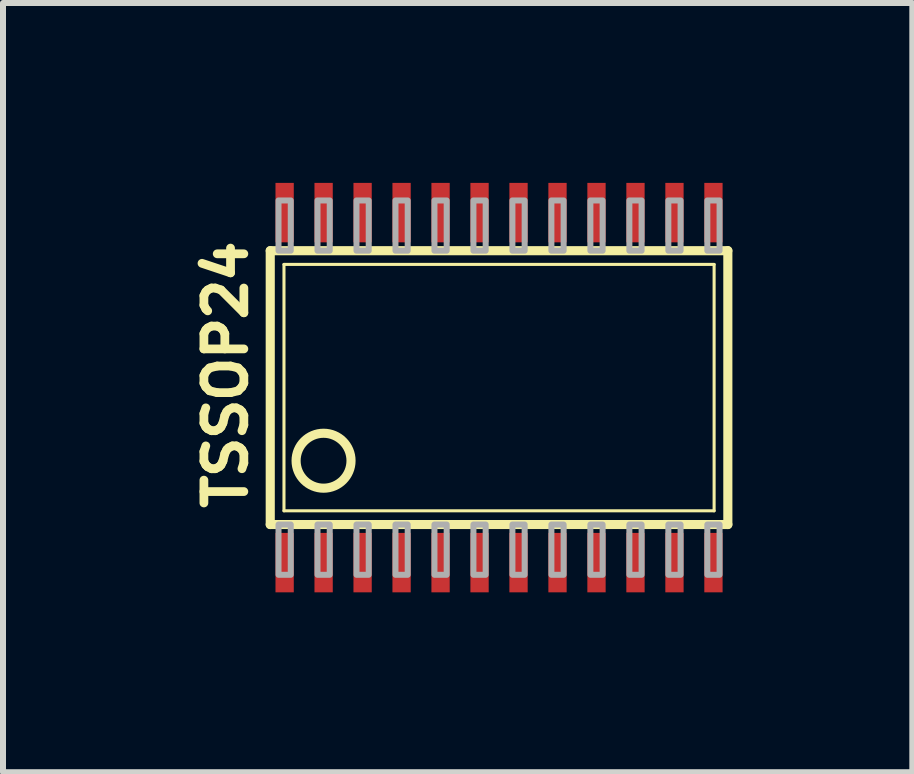
<source format=kicad_pcb>
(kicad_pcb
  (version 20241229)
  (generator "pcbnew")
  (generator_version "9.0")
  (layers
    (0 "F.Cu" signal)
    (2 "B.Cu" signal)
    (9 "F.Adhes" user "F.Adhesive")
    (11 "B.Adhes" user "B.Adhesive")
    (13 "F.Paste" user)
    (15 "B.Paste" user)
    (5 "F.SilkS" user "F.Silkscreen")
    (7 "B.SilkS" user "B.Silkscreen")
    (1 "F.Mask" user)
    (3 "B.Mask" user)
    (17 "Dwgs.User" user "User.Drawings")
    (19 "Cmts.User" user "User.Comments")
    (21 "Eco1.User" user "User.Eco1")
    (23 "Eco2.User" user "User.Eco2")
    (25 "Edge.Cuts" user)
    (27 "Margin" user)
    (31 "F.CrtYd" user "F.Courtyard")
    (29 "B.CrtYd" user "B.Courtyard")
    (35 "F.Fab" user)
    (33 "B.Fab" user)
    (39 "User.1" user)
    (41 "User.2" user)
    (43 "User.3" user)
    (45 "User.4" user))
  (footprint "TSSOP24"
    (layer "F.Cu")
    (at 5.271 3.413)
    (property "Reference" "TSSOP24" (at -4.166 2.083 90) (unlocked yes) (layer "F.SilkS") (effects (font (size 0.666 0.666) (thickness 0.146)) (justify left bottom)))
    (fp_line (start -3.815 2.283) (end -3.815 -2.283) (stroke (width 0.152) (type solid)) (layer "F.SilkS"))
    (fp_line (start -3.815 2.283) (end 3.815 2.283) (stroke (width 0.152) (type solid)) (layer "F.SilkS"))
    (fp_line (start -3.586 2.054) (end -3.586 -2.054) (stroke (width 0.051) (type solid)) (layer "F.SilkS"))
    (fp_line (start -3.586 2.054) (end 3.586 2.054) (stroke (width 0.051) (type solid)) (layer "F.SilkS"))
    (fp_line (start 3.586 -2.054) (end -3.586 -2.054) (stroke (width 0.051) (type solid)) (layer "F.SilkS"))
    (fp_line (start 3.586 -2.054) (end 3.586 2.054) (stroke (width 0.051) (type solid)) (layer "F.SilkS"))
    (fp_line (start 3.815 -2.283) (end -3.815 -2.283) (stroke (width 0.152) (type solid)) (layer "F.SilkS"))
    (fp_line (start 3.815 -2.283) (end 3.815 2.283) (stroke (width 0.152) (type solid)) (layer "F.SilkS"))
    (fp_circle (center -2.926 1.219) (end -2.468 1.219) (stroke (width 0.152) (type solid)) (fill no) (layer "F.SilkS"))
    (fp_poly (pts (xy -3.677 -2.283) (xy -3.473 -2.283) (xy -3.473 -3.121) (xy -3.677 -3.121)) (stroke (width 0.1) (type default)) (fill no) (layer "F.Fab"))
    (fp_poly (pts (xy -3.677 3.121) (xy -3.473 3.121) (xy -3.473 2.283) (xy -3.677 2.283)) (stroke (width 0.1) (type default)) (fill no) (layer "F.Fab"))
    (fp_poly (pts (xy -3.027 -2.283) (xy -2.823 -2.283) (xy -2.823 -3.121) (xy -3.027 -3.121)) (stroke (width 0.1) (type default)) (fill no) (layer "F.Fab"))
    (fp_poly (pts (xy -3.027 3.121) (xy -2.823 3.121) (xy -2.823 2.283) (xy -3.027 2.283)) (stroke (width 0.1) (type default)) (fill no) (layer "F.Fab"))
    (fp_poly (pts (xy -2.377 -2.283) (xy -2.173 -2.283) (xy -2.173 -3.121) (xy -2.377 -3.121)) (stroke (width 0.1) (type default)) (fill no) (layer "F.Fab"))
    (fp_poly (pts (xy -2.377 3.121) (xy -2.173 3.121) (xy -2.173 2.283) (xy -2.377 2.283)) (stroke (width 0.1) (type default)) (fill no) (layer "F.Fab"))
    (fp_poly (pts (xy -1.727 -2.283) (xy -1.523 -2.283) (xy -1.523 -3.121) (xy -1.727 -3.121)) (stroke (width 0.1) (type default)) (fill no) (layer "F.Fab"))
    (fp_poly (pts (xy -1.727 3.121) (xy -1.523 3.121) (xy -1.523 2.283) (xy -1.727 2.283)) (stroke (width 0.1) (type default)) (fill no) (layer "F.Fab"))
    (fp_poly (pts (xy -1.077 -2.283) (xy -0.873 -2.283) (xy -0.873 -3.121) (xy -1.077 -3.121)) (stroke (width 0.1) (type default)) (fill no) (layer "F.Fab"))
    (fp_poly (pts (xy -1.077 3.121) (xy -0.873 3.121) (xy -0.873 2.283) (xy -1.077 2.283)) (stroke (width 0.1) (type default)) (fill no) (layer "F.Fab"))
    (fp_poly (pts (xy -0.427 -2.283) (xy -0.223 -2.283) (xy -0.223 -3.121) (xy -0.427 -3.121)) (stroke (width 0.1) (type default)) (fill no) (layer "F.Fab"))
    (fp_poly (pts (xy -0.427 3.121) (xy -0.223 3.121) (xy -0.223 2.283) (xy -0.427 2.283)) (stroke (width 0.1) (type default)) (fill no) (layer "F.Fab"))
    (fp_poly (pts (xy 0.223 -2.283) (xy 0.427 -2.283) (xy 0.427 -3.121) (xy 0.223 -3.121)) (stroke (width 0.1) (type default)) (fill no) (layer "F.Fab"))
    (fp_poly (pts (xy 0.223 3.121) (xy 0.427 3.121) (xy 0.427 2.283) (xy 0.223 2.283)) (stroke (width 0.1) (type default)) (fill no) (layer "F.Fab"))
    (fp_poly (pts (xy 0.873 -2.283) (xy 1.077 -2.283) (xy 1.077 -3.121) (xy 0.873 -3.121)) (stroke (width 0.1) (type default)) (fill no) (layer "F.Fab"))
    (fp_poly (pts (xy 0.873 3.121) (xy 1.077 3.121) (xy 1.077 2.283) (xy 0.873 2.283)) (stroke (width 0.1) (type default)) (fill no) (layer "F.Fab"))
    (fp_poly (pts (xy 1.523 -2.283) (xy 1.727 -2.283) (xy 1.727 -3.121) (xy 1.523 -3.121)) (stroke (width 0.1) (type default)) (fill no) (layer "F.Fab"))
    (fp_poly (pts (xy 1.523 3.121) (xy 1.727 3.121) (xy 1.727 2.283) (xy 1.523 2.283)) (stroke (width 0.1) (type default)) (fill no) (layer "F.Fab"))
    (fp_poly (pts (xy 2.173 -2.283) (xy 2.377 -2.283) (xy 2.377 -3.121) (xy 2.173 -3.121)) (stroke (width 0.1) (type default)) (fill no) (layer "F.Fab"))
    (fp_poly (pts (xy 2.173 3.121) (xy 2.377 3.121) (xy 2.377 2.283) (xy 2.173 2.283)) (stroke (width 0.1) (type default)) (fill no) (layer "F.Fab"))
    (fp_poly (pts (xy 2.823 -2.283) (xy 3.027 -2.283) (xy 3.027 -3.121) (xy 2.823 -3.121)) (stroke (width 0.1) (type default)) (fill no) (layer "F.Fab"))
    (fp_poly (pts (xy 2.823 3.121) (xy 3.027 3.121) (xy 3.027 2.283) (xy 2.823 2.283)) (stroke (width 0.1) (type default)) (fill no) (layer "F.Fab"))
    (fp_poly (pts (xy 3.473 -2.283) (xy 3.677 -2.283) (xy 3.677 -3.121) (xy 3.473 -3.121)) (stroke (width 0.1) (type default)) (fill no) (layer "F.Fab"))
    (fp_poly (pts (xy 3.473 3.121) (xy 3.677 3.121) (xy 3.677 2.283) (xy 3.473 2.283)) (stroke (width 0.1) (type default)) (fill no) (layer "F.Fab"))
    (pad "1" smd rect (at -3.575 2.918) (size 0.305 0.991) (layers "F.Cu" "F.Mask" "F.Paste"))
    (pad "2" smd rect (at -2.925 2.918) (size 0.305 0.991) (layers "F.Cu" "F.Mask" "F.Paste"))
    (pad "3" smd rect (at -2.275 2.918) (size 0.305 0.991) (layers "F.Cu" "F.Mask" "F.Paste"))
    (pad "4" smd rect (at -1.625 2.918) (size 0.305 0.991) (layers "F.Cu" "F.Mask" "F.Paste"))
    (pad "5" smd rect (at -0.975 2.918) (size 0.305 0.991) (layers "F.Cu" "F.Mask" "F.Paste"))
    (pad "6" smd rect (at -0.325 2.918) (size 0.305 0.991) (layers "F.Cu" "F.Mask" "F.Paste"))
    (pad "7" smd rect (at 0.325 2.918) (size 0.305 0.991) (layers "F.Cu" "F.Mask" "F.Paste"))
    (pad "8" smd rect (at 0.975 2.918) (size 0.305 0.991) (layers "F.Cu" "F.Mask" "F.Paste"))
    (pad "9" smd rect (at 1.625 2.918) (size 0.305 0.991) (layers "F.Cu" "F.Mask" "F.Paste"))
    (pad "10" smd rect (at 2.275 2.918) (size 0.305 0.991) (layers "F.Cu" "F.Mask" "F.Paste"))
    (pad "11" smd rect (at 2.925 2.918) (size 0.305 0.991) (layers "F.Cu" "F.Mask" "F.Paste"))
    (pad "12" smd rect (at 3.575 2.918) (size 0.305 0.991) (layers "F.Cu" "F.Mask" "F.Paste"))
    (pad "13" smd rect (at 3.575 -2.918) (size 0.305 0.991) (layers "F.Cu" "F.Mask" "F.Paste"))
    (pad "14" smd rect (at 2.925 -2.918) (size 0.305 0.991) (layers "F.Cu" "F.Mask" "F.Paste"))
    (pad "15" smd rect (at 2.275 -2.918) (size 0.305 0.991) (layers "F.Cu" "F.Mask" "F.Paste"))
    (pad "16" smd rect (at 1.625 -2.918) (size 0.305 0.991) (layers "F.Cu" "F.Mask" "F.Paste"))
    (pad "17" smd rect (at 0.975 -2.918) (size 0.305 0.991) (layers "F.Cu" "F.Mask" "F.Paste"))
    (pad "18" smd rect (at 0.325 -2.918) (size 0.305 0.991) (layers "F.Cu" "F.Mask" "F.Paste"))
    (pad "19" smd rect (at -0.325 -2.918) (size 0.305 0.991) (layers "F.Cu" "F.Mask" "F.Paste"))
    (pad "20" smd rect (at -0.975 -2.918) (size 0.305 0.991) (layers "F.Cu" "F.Mask" "F.Paste"))
    (pad "21" smd rect (at -1.625 -2.918) (size 0.305 0.991) (layers "F.Cu" "F.Mask" "F.Paste"))
    (pad "22" smd rect (at -2.275 -2.918) (size 0.305 0.991) (layers "F.Cu" "F.Mask" "F.Paste"))
    (pad "23" smd rect (at -2.925 -2.918) (size 0.305 0.991) (layers "F.Cu" "F.Mask" "F.Paste"))
    (pad "24" smd rect (at -3.575 -2.918) (size 0.305 0.991) (layers "F.Cu" "F.Mask" "F.Paste")))
  (gr_rect
    (start -3 -3)
    (end 12.162 9.826)
    (stroke (width 0.1) (type default))
    (fill no)
    (layer "Edge.Cuts")))
</source>
